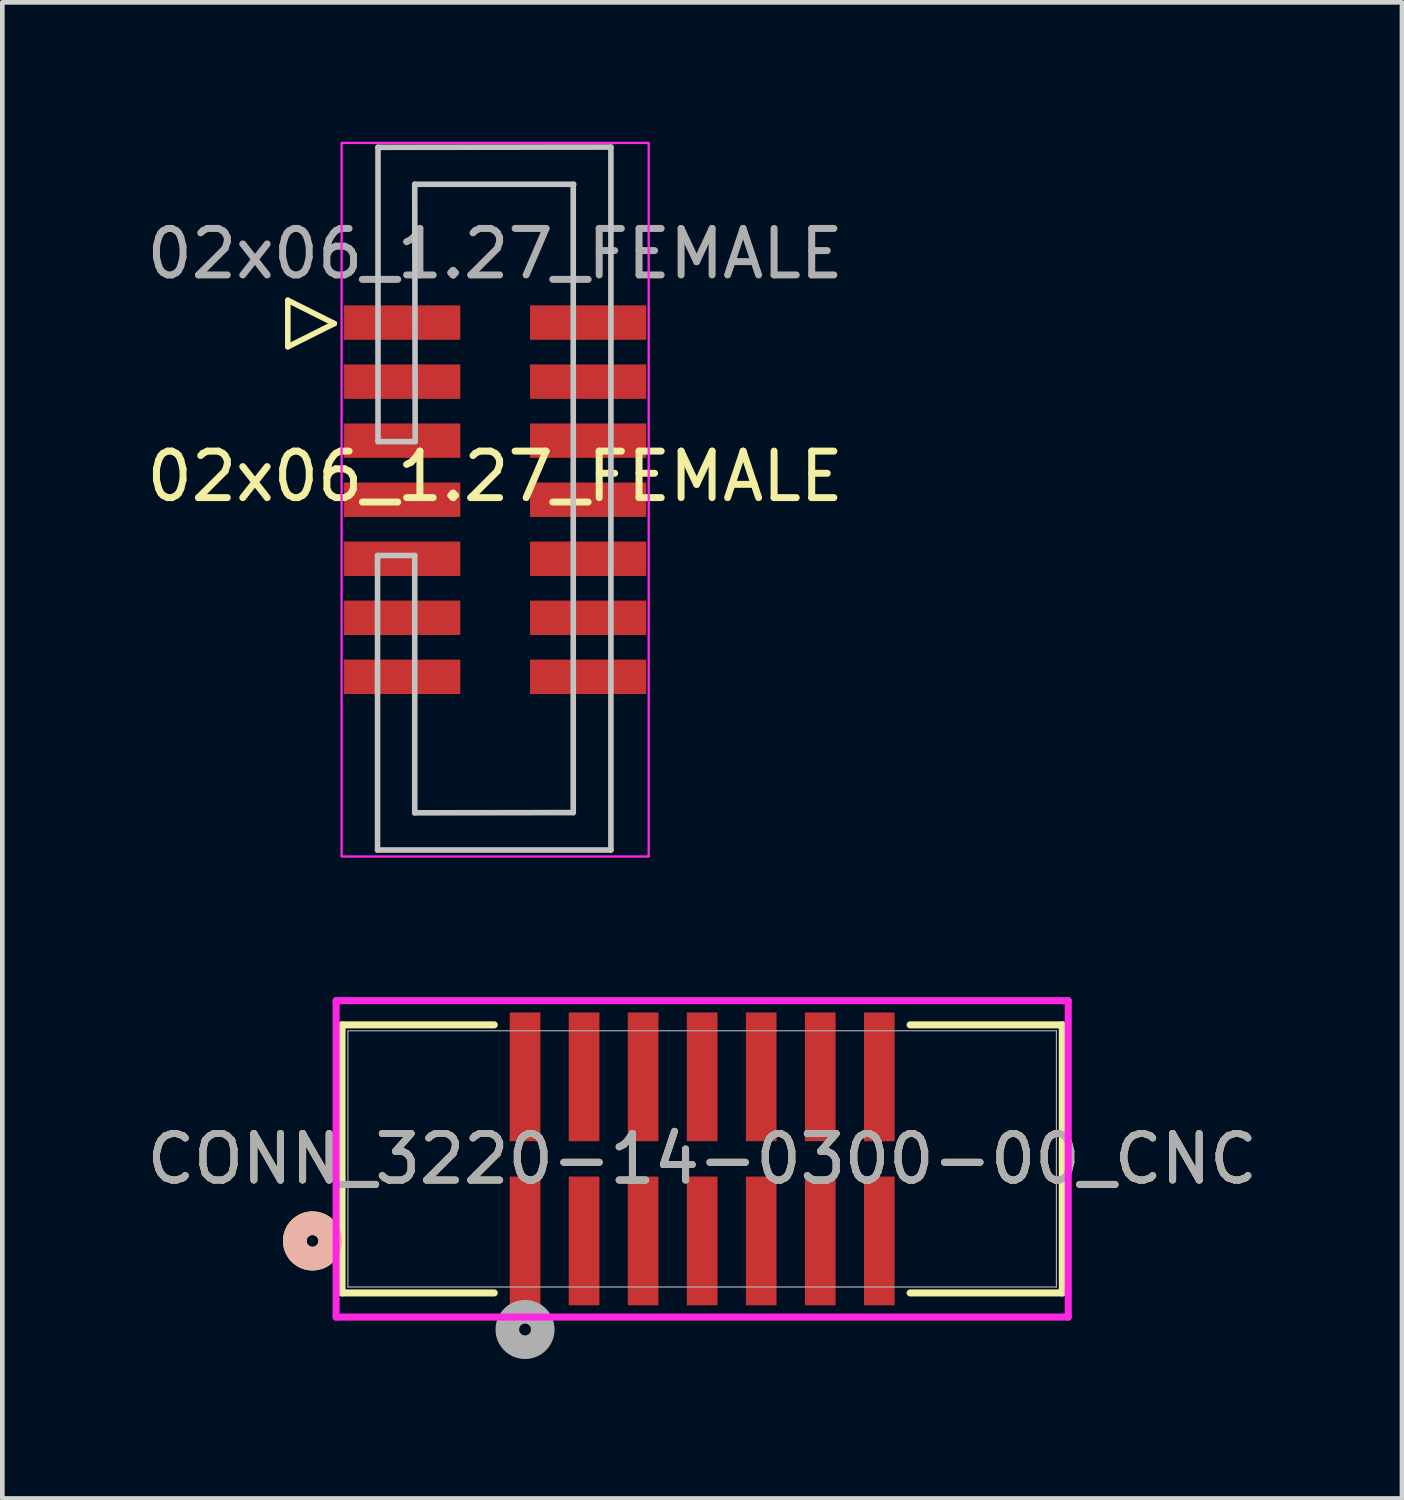
<source format=kicad_pcb>
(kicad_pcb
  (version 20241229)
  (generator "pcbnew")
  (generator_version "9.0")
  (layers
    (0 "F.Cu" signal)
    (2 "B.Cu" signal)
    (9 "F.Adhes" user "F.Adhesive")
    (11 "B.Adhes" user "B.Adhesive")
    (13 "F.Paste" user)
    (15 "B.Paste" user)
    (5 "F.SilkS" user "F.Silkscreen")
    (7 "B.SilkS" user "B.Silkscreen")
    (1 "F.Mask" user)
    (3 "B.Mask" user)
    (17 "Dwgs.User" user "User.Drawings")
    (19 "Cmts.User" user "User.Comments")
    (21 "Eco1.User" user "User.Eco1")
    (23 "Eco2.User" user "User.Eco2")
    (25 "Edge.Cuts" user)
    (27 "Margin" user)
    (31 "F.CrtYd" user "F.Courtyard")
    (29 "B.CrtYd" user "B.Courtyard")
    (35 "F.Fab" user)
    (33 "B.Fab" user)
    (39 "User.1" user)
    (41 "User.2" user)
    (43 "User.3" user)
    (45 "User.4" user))
  (footprint "02x06_1.27_FEMALE"
    (layer "F.Cu")
    (at 7.601 7.699)
    (property "Reference" "02x06_1.27_FEMALE" (at 0 -0.5 0) (unlocked yes) (layer "F.SilkS") (effects (font (size 1 1) (thickness 0.15))))
    (attr smd)
    (fp_line (start -4.46 -4.29) (end -4.46 -3.29) (stroke (width 0.12) (type solid)) (layer "F.SilkS"))
    (fp_line (start -4.46 -3.29) (end -3.46 -3.79) (stroke (width 0.12) (type solid)) (layer "F.SilkS"))
    (fp_line (start -3.46 -3.79) (end -4.46 -4.29) (stroke (width 0.12) (type solid)) (layer "F.SilkS"))
    (fp_line (start -2.53 1.2) (end -2.53 7.535) (stroke (width 0.12) (type solid)) (layer "Dwgs.User"))
    (fp_line (start -2.53 7.535) (end 2.49 7.535) (stroke (width 0.12) (type solid)) (layer "Dwgs.User"))
    (fp_line (start -2.52 -7.58) (end -2.52 -1.25) (stroke (width 0.12) (type solid)) (layer "Dwgs.User"))
    (fp_line (start -2.52 -1.25) (end -1.72 -1.25) (stroke (width 0.12) (type solid)) (layer "Dwgs.User"))
    (fp_line (start -1.73 -6.785) (end 1.69 -6.785) (stroke (width 0.12) (type solid)) (layer "Dwgs.User"))
    (fp_line (start -1.73 1.2) (end -2.53 1.2) (stroke (width 0.12) (type solid)) (layer "Dwgs.User"))
    (fp_line (start -1.73 6.735) (end -1.73 1.2) (stroke (width 0.12) (type solid)) (layer "Dwgs.User"))
    (fp_line (start -1.72 -1.25) (end -1.73 -6.785) (stroke (width 0.12) (type solid)) (layer "Dwgs.User"))
    (fp_line (start 1.68 -6.785) (end 1.68 6.73) (stroke (width 0.12) (type solid)) (layer "Dwgs.User"))
    (fp_line (start 1.68 6.73) (end -1.73 6.735) (stroke (width 0.12) (type solid)) (layer "Dwgs.User"))
    (fp_line (start 2.49 -7.585) (end -2.52 -7.58) (stroke (width 0.12) (type solid)) (layer "Dwgs.User"))
    (fp_line (start 2.49 7.535) (end 2.49 -7.585) (stroke (width 0.12) (type solid)) (layer "Dwgs.User"))
    (fp_rect (start -3.303 -7.675) (end 3.303 7.675) (stroke (width 0.05) (type solid)) (fill no) (layer "F.CrtYd"))
    (fp_text user "${REFERENCE}" (at 0 -5.29 0) (unlocked yes) (layer "F.Fab") (effects (font (size 1 1) (thickness 0.15))))
    (pad "1" smd rect (at -2 -3.81) (size 2.5 0.74) (layers "F.Cu" "F.Mask" "F.Paste"))
    (pad "2" smd rect (at 2 -3.81) (size 2.5 0.74) (layers "F.Cu" "F.Mask" "F.Paste"))
    (pad "3" smd rect (at -2 -2.54) (size 2.5 0.74) (layers "F.Cu" "F.Mask" "F.Paste"))
    (pad "4" smd rect (at 2 -2.54) (size 2.5 0.74) (layers "F.Cu" "F.Mask" "F.Paste"))
    (pad "5" smd rect (at -2 -1.27) (size 2.5 0.74) (layers "F.Cu" "F.Mask" "F.Paste"))
    (pad "6" smd rect (at 2 -1.27) (size 2.5 0.74) (layers "F.Cu" "F.Mask" "F.Paste"))
    (pad "7" smd rect (at -2 0) (size 2.5 0.74) (layers "F.Cu" "F.Mask" "F.Paste"))
    (pad "8" smd rect (at 2 0) (size 2.5 0.74) (layers "F.Cu" "F.Mask" "F.Paste"))
    (pad "9" smd rect (at -2 1.27) (size 2.5 0.74) (layers "F.Cu" "F.Mask" "F.Paste"))
    (pad "10" smd rect (at 2 1.27) (size 2.5 0.74) (layers "F.Cu" "F.Mask" "F.Paste"))
    (pad "11" smd rect (at -2 2.54) (size 2.5 0.74) (layers "F.Cu" "F.Mask" "F.Paste"))
    (pad "12" smd rect (at 2 2.54) (size 2.5 0.74) (layers "F.Cu" "F.Mask" "F.Paste"))
    (pad "13" smd rect (at -2 3.81) (size 2.5 0.74) (layers "F.Cu" "F.Mask" "F.Paste"))
    (pad "14" smd rect (at 2 3.81) (size 2.5 0.74) (layers "F.Cu" "F.Mask" "F.Paste")))
  (footprint "CONN_3220-14-0300-00_CNC"
    (layer "F.Cu")
    (at 12.054 21.878)
    (property "Reference" "CONN_3220-14-0300-00_CNC" (at 0 0 0) (unlocked yes) (layer "F.SilkS") (effects (font (size 1 1) (thickness 0.15))))
    (attr smd)
    (fp_line (start -7.747 -2.883) (end -7.747 2.883) (stroke (width 0.152) (type solid)) (layer "F.SilkS"))
    (fp_line (start -7.747 2.883) (end -4.473 2.883) (stroke (width 0.152) (type solid)) (layer "F.SilkS"))
    (fp_line (start -4.473 -2.883) (end -7.747 -2.883) (stroke (width 0.152) (type solid)) (layer "F.SilkS"))
    (fp_line (start 4.473 2.883) (end 7.747 2.883) (stroke (width 0.152) (type solid)) (layer "F.SilkS"))
    (fp_line (start 7.747 -2.883) (end 4.473 -2.883) (stroke (width 0.152) (type solid)) (layer "F.SilkS"))
    (fp_line (start 7.747 2.883) (end 7.747 -2.883) (stroke (width 0.152) (type solid)) (layer "F.SilkS"))
    (fp_circle (center -8.382 1.765) (end -8.001 1.765) (stroke (width 0.508) (type solid)) (fill no) (layer "F.SilkS"))
    (fp_circle (center -8.382 1.765) (end -8.001 1.765) (stroke (width 0.508) (type solid)) (fill no) (layer "B.SilkS"))
    (fp_line (start -7.874 -3.403) (end -7.874 3.403) (stroke (width 0.152) (type solid)) (layer "F.CrtYd"))
    (fp_line (start -7.874 3.403) (end 7.874 3.403) (stroke (width 0.152) (type solid)) (layer "F.CrtYd"))
    (fp_line (start 7.874 -3.403) (end -7.874 -3.403) (stroke (width 0.152) (type solid)) (layer "F.CrtYd"))
    (fp_line (start 7.874 3.403) (end 7.874 -3.403) (stroke (width 0.152) (type solid)) (layer "F.CrtYd"))
    (fp_line (start -7.62 -2.756) (end -7.62 2.756) (stroke (width 0.025) (type solid)) (layer "F.Fab"))
    (fp_line (start -7.62 2.756) (end 7.62 2.756) (stroke (width 0.025) (type solid)) (layer "F.Fab"))
    (fp_line (start 7.62 -2.756) (end -7.62 -2.756) (stroke (width 0.025) (type solid)) (layer "F.Fab"))
    (fp_line (start 7.62 2.756) (end 7.62 -2.756) (stroke (width 0.025) (type solid)) (layer "F.Fab"))
    (fp_circle (center -3.81 3.67) (end -3.429 3.67) (stroke (width 0.508) (type solid)) (fill no) (layer "F.Fab"))
    (fp_text user "${REFERENCE}" (at 0 0 0) (unlocked yes) (layer "F.Fab") (effects (font (size 1 1) (thickness 0.15))))
    (pad "1" smd rect (at -3.81 1.765) (size 0.66 2.769) (layers "F.Cu" "F.Mask" "F.Paste"))
    (pad "2" smd rect (at -3.81 -1.765) (size 0.66 2.769) (layers "F.Cu" "F.Mask" "F.Paste"))
    (pad "3" smd rect (at -2.54 1.765) (size 0.66 2.769) (layers "F.Cu" "F.Mask" "F.Paste"))
    (pad "4" smd rect (at -2.54 -1.765) (size 0.66 2.769) (layers "F.Cu" "F.Mask" "F.Paste"))
    (pad "5" smd rect (at -1.27 1.765) (size 0.66 2.769) (layers "F.Cu" "F.Mask" "F.Paste"))
    (pad "6" smd rect (at -1.27 -1.765) (size 0.66 2.769) (layers "F.Cu" "F.Mask" "F.Paste"))
    (pad "7" smd rect (at 0 1.765) (size 0.66 2.769) (layers "F.Cu" "F.Mask" "F.Paste"))
    (pad "8" smd rect (at 0 -1.765) (size 0.66 2.769) (layers "F.Cu" "F.Mask" "F.Paste"))
    (pad "9" smd rect (at 1.27 1.765) (size 0.66 2.769) (layers "F.Cu" "F.Mask" "F.Paste"))
    (pad "10" smd rect (at 1.27 -1.765) (size 0.66 2.769) (layers "F.Cu" "F.Mask" "F.Paste"))
    (pad "11" smd rect (at 2.54 1.765) (size 0.66 2.769) (layers "F.Cu" "F.Mask" "F.Paste"))
    (pad "12" smd rect (at 2.54 -1.765) (size 0.66 2.769) (layers "F.Cu" "F.Mask" "F.Paste"))
    (pad "13" smd rect (at 3.81 1.765) (size 0.66 2.769) (layers "F.Cu" "F.Mask" "F.Paste"))
    (pad "14" smd rect (at 3.81 -1.765) (size 0.66 2.769) (layers "F.Cu" "F.Mask" "F.Paste")))
  (gr_rect
    (start -3 -3)
    (end 27.107 29.183)
    (stroke (width 0.1) (type default))
    (fill no)
    (layer "Edge.Cuts")))
</source>
